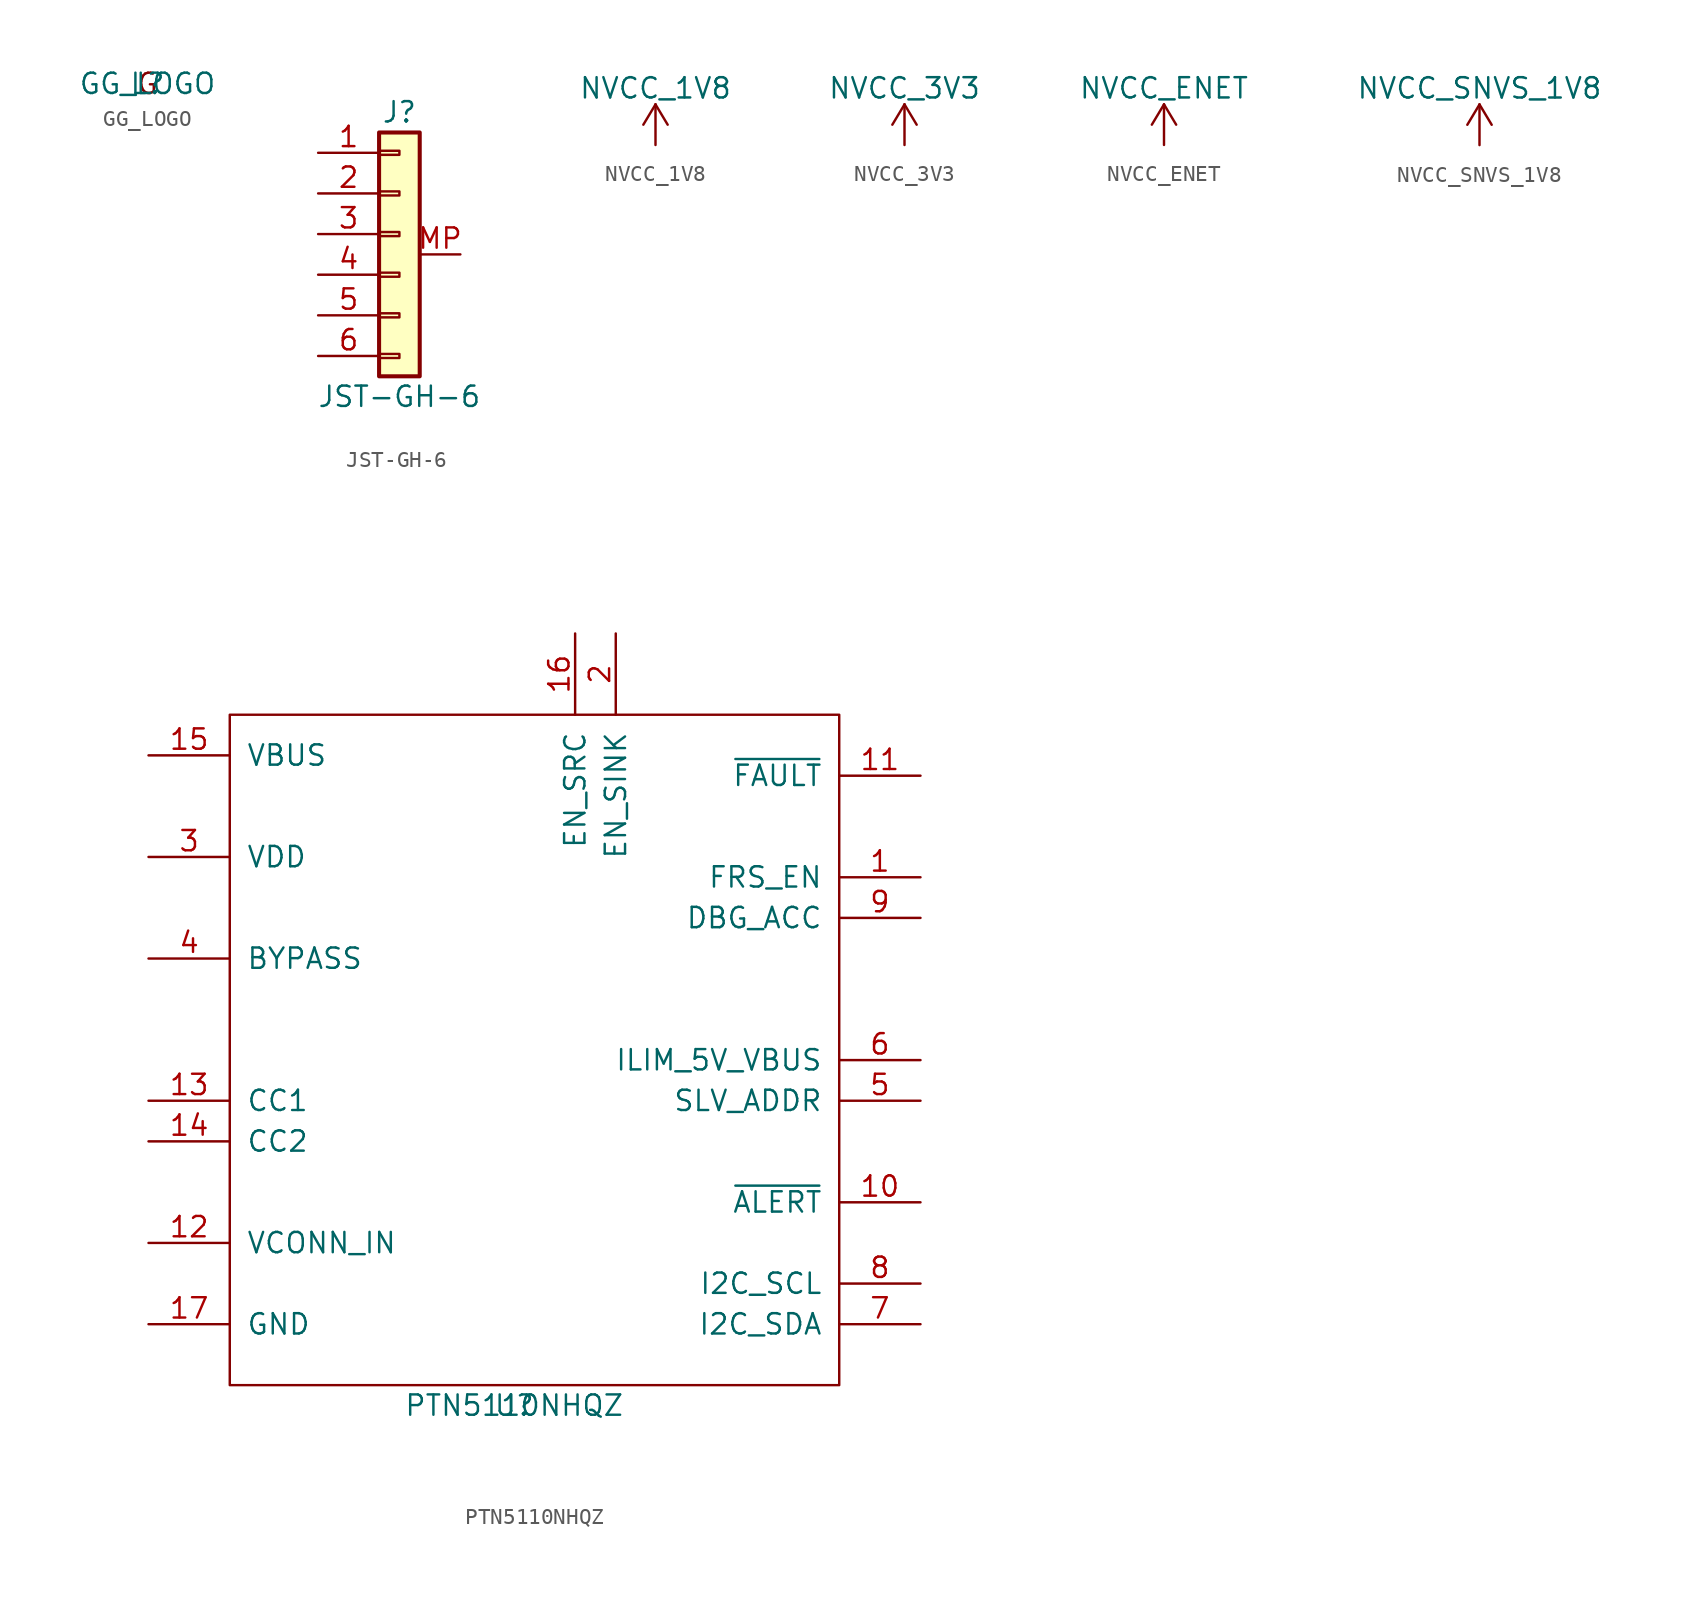
<source format=kicad_sym>
(kicad_symbol_lib
  (version 20241209)
  (generator "kicad_symbol_editor")
  (generator_version "9.0")
  (symbol "GG_LOGO"
    (pin_names
      (offset 1.016))
    (property "Reference" "L"
      (at 0 0 0)
      (effects (font (size 1.27 1.27))))
    (property "Value" "GG_LOGO"
      (at 0 0 0)
      (effects (font (size 1.27 1.27))))
    (symbol "GG_LOGO_0_0"
      (text "G" (at 0 0 0) (effects (font (size 1.27 1.27))))))
  (symbol "JST-GH-6"
    (pin_names
      (offset 1.016)
      (hide yes))
    (property "Reference" "J"
      (at 0 7.62 0)
      (effects (font (size 1.27 1.27))))
    (property "Value" "JST-GH-6"
      (at 0 -10.16 0)
      (effects (font (size 1.27 1.27))))
    (symbol "JST-GH-6_1_1"
      (rectangle (start -1.27 6.35) (end 1.27 -8.89) (stroke (width 0.254) (type solid)) (fill (type background)))
      (rectangle (start -1.27 5.207) (end 0 4.953) (stroke (width 0.152) (type solid)) (fill (type none)))
      (rectangle (start -1.27 2.667) (end 0 2.413) (stroke (width 0.152) (type solid)) (fill (type none)))
      (rectangle (start -1.27 0.127) (end 0 -0.127) (stroke (width 0.152) (type solid)) (fill (type none)))
      (rectangle (start -1.27 -2.413) (end 0 -2.667) (stroke (width 0.152) (type solid)) (fill (type none)))
      (rectangle (start -1.27 -4.953) (end 0 -5.207) (stroke (width 0.152) (type solid)) (fill (type none)))
      (rectangle (start -1.27 -7.493) (end 0 -7.747) (stroke (width 0.152) (type solid)) (fill (type none)))
      (pin passive line (at -5.08 5.08 0) (length 3.81) (name "Pin_1" (effects (font (size 1.27 1.27)))) (number "1" (effects (font (size 1.27 1.27)))))
      (pin passive line (at -5.08 2.54 0) (length 3.81) (name "Pin_2" (effects (font (size 1.27 1.27)))) (number "2" (effects (font (size 1.27 1.27)))))
      (pin passive line (at -5.08 0 0) (length 3.81) (name "Pin_3" (effects (font (size 1.27 1.27)))) (number "3" (effects (font (size 1.27 1.27)))))
      (pin passive line (at -5.08 -2.54 0) (length 3.81) (name "Pin_4" (effects (font (size 1.27 1.27)))) (number "4" (effects (font (size 1.27 1.27)))))
      (pin passive line (at -5.08 -5.08 0) (length 3.81) (name "Pin_5" (effects (font (size 1.27 1.27)))) (number "5" (effects (font (size 1.27 1.27)))))
      (pin passive line (at -5.08 -7.62 0) (length 3.81) (name "Pin_6" (effects (font (size 1.27 1.27)))) (number "6" (effects (font (size 1.27 1.27)))))
      (pin passive line (at 3.81 -1.27 180) (length 2.54) (name "GND" (effects (font (size 1.27 1.27)))) (number "MP" (effects (font (size 1.27 1.27)))))))
  (symbol "NVCC_1V8"
    (power)
    (pin_names
      (offset 0))
    (property "Reference" "#PWR"
      (at 0 -3.81 0)
      (effects (font (size 1.27 1.27)) (hide yes)))
    (property "Value" "NVCC_1V8"
      (at 0 3.556 0)
      (effects (font (size 1.27 1.27))))
    (symbol "NVCC_1V8_0_1"
      (polyline (pts (xy -0.762 1.27) (xy 0 2.54)) (stroke (width 0) (type solid)) (fill (type none)))
      (polyline (pts (xy 0 2.54) (xy 0.762 1.27)) (stroke (width 0) (type solid)) (fill (type none)))
      (polyline (pts (xy 0 0) (xy 0 2.54)) (stroke (width 0) (type solid)) (fill (type none))))
    (symbol "NVCC_1V8_1_1"
      (pin power_in line (at 0 0 90) (length 0) (hide yes) (name "NVCC_1V8" (effects (font (size 1.27 1.27)))) (number "1" (effects (font (size 1.27 1.27)))))))
  (symbol "NVCC_3V3"
    (power)
    (pin_names
      (offset 0))
    (property "Reference" "#PWR"
      (at 0 -3.81 0)
      (effects (font (size 1.27 1.27)) (hide yes)))
    (property "Value" "NVCC_3V3"
      (at 0 3.556 0)
      (effects (font (size 1.27 1.27))))
    (symbol "NVCC_3V3_0_1"
      (polyline (pts (xy -0.762 1.27) (xy 0 2.54)) (stroke (width 0) (type solid)) (fill (type none)))
      (polyline (pts (xy 0 2.54) (xy 0.762 1.27)) (stroke (width 0) (type solid)) (fill (type none)))
      (polyline (pts (xy 0 0) (xy 0 2.54)) (stroke (width 0) (type solid)) (fill (type none))))
    (symbol "NVCC_3V3_1_1"
      (pin power_in line (at 0 0 90) (length 0) (hide yes) (name "NVCC_3V3" (effects (font (size 1.27 1.27)))) (number "1" (effects (font (size 1.27 1.27)))))))
  (symbol "NVCC_ENET"
    (power)
    (pin_names
      (offset 0))
    (property "Reference" "#PWR"
      (at 0 -3.81 0)
      (effects (font (size 1.27 1.27)) (hide yes)))
    (property "Value" "NVCC_ENET"
      (at 0 3.556 0)
      (effects (font (size 1.27 1.27))))
    (symbol "NVCC_ENET_0_1"
      (polyline (pts (xy -0.762 1.27) (xy 0 2.54)) (stroke (width 0) (type solid)) (fill (type none)))
      (polyline (pts (xy 0 2.54) (xy 0.762 1.27)) (stroke (width 0) (type solid)) (fill (type none)))
      (polyline (pts (xy 0 0) (xy 0 2.54)) (stroke (width 0) (type solid)) (fill (type none))))
    (symbol "NVCC_ENET_1_1"
      (pin power_in line (at 0 0 90) (length 0) (hide yes) (name "NVCC_ENET" (effects (font (size 1.27 1.27)))) (number "1" (effects (font (size 1.27 1.27)))))))
  (symbol "NVCC_SNVS_1V8"
    (power)
    (pin_names
      (offset 0))
    (property "Reference" "#PWR"
      (at 0 -3.81 0)
      (effects (font (size 1.27 1.27)) (hide yes)))
    (property "Value" "NVCC_SNVS_1V8"
      (at 0 3.556 0)
      (effects (font (size 1.27 1.27))))
    (symbol "NVCC_SNVS_1V8_0_1"
      (polyline (pts (xy -0.762 1.27) (xy 0 2.54)) (stroke (width 0) (type solid)) (fill (type none)))
      (polyline (pts (xy 0 2.54) (xy 0.762 1.27)) (stroke (width 0) (type solid)) (fill (type none)))
      (polyline (pts (xy 0 0) (xy 0 2.54)) (stroke (width 0) (type solid)) (fill (type none))))
    (symbol "NVCC_SNVS_1V8_1_1"
      (pin power_in line (at 0 0 90) (length 0) (hide yes) (name "NVCC_SNVS_1V8" (effects (font (size 1.27 1.27)))) (number "1" (effects (font (size 1.27 1.27)))))))
  (symbol "PTN5110NHQZ"
    (pin_names
      (offset 1.016))
    (property "Reference" "U"
      (at -1.27 -24.13 0)
      (effects (font (size 1.27 1.27))))
    (property "Value" "PTN5110NHQZ"
      (at -1.27 -24.13 0)
      (effects (font (size 1.27 1.27))))
    (symbol "PTN5110NHQZ_0_1"
      (rectangle (start -19.05 19.05) (end 19.05 -22.86) (stroke (width 0) (type solid)) (fill (type none))))
    (symbol "PTN5110NHQZ_1_1"
      (pin power_in line (at -24.13 16.51 0) (length 5.08) (name "VBUS" (effects (font (size 1.27 1.27)))) (number "15" (effects (font (size 1.27 1.27)))))
      (pin power_in line (at -24.13 10.16 0) (length 5.08) (name "VDD" (effects (font (size 1.27 1.27)))) (number "3" (effects (font (size 1.27 1.27)))))
      (pin passive line (at -24.13 3.81 0) (length 5.08) (name "BYPASS" (effects (font (size 1.27 1.27)))) (number "4" (effects (font (size 1.27 1.27)))))
      (pin bidirectional line (at -24.13 -5.08 0) (length 5.08) (name "CC1" (effects (font (size 1.27 1.27)))) (number "13" (effects (font (size 1.27 1.27)))))
      (pin bidirectional line (at -24.13 -7.62 0) (length 5.08) (name "CC2" (effects (font (size 1.27 1.27)))) (number "14" (effects (font (size 1.27 1.27)))))
      (pin input line (at -24.13 -13.97 0) (length 5.08) (name "VCONN_IN" (effects (font (size 1.27 1.27)))) (number "12" (effects (font (size 1.27 1.27)))))
      (pin passive line (at -24.13 -19.05 0) (length 5.08) (name "GND" (effects (font (size 1.27 1.27)))) (number "17" (effects (font (size 1.27 1.27)))))
      (pin output line (at 2.54 24.13 270) (length 5.08) (name "EN_SRC" (effects (font (size 1.27 1.27)))) (number "16" (effects (font (size 1.27 1.27)))))
      (pin output line (at 5.08 24.13 270) (length 5.08) (name "EN_SINK" (effects (font (size 1.27 1.27)))) (number "2" (effects (font (size 1.27 1.27)))))
      (pin open_collector line (at 24.13 15.24 180) (length 5.08) (name "~{FAULT}" (effects (font (size 1.27 1.27)))) (number "11" (effects (font (size 1.27 1.27)))))
      (pin output line (at 24.13 8.89 180) (length 5.08) (name "FRS_EN" (effects (font (size 1.27 1.27)))) (number "1" (effects (font (size 1.27 1.27)))))
      (pin passive line (at 24.13 6.35 180) (length 5.08) (name "DBG_ACC" (effects (font (size 1.27 1.27)))) (number "9" (effects (font (size 1.27 1.27)))))
      (pin passive line (at 24.13 -2.54 180) (length 5.08) (name "ILIM_5V_VBUS" (effects (font (size 1.27 1.27)))) (number "6" (effects (font (size 1.27 1.27)))))
      (pin passive line (at 24.13 -5.08 180) (length 5.08) (name "SLV_ADDR" (effects (font (size 1.27 1.27)))) (number "5" (effects (font (size 1.27 1.27)))))
      (pin output line (at 24.13 -11.43 180) (length 5.08) (name "~{ALERT}" (effects (font (size 1.27 1.27)))) (number "10" (effects (font (size 1.27 1.27)))))
      (pin input line (at 24.13 -16.51 180) (length 5.08) (name "I2C_SCL" (effects (font (size 1.27 1.27)))) (number "8" (effects (font (size 1.27 1.27)))))
      (pin bidirectional line (at 24.13 -19.05 180) (length 5.08) (name "I2C_SDA" (effects (font (size 1.27 1.27)))) (number "7" (effects (font (size 1.27 1.27))))))))
</source>
